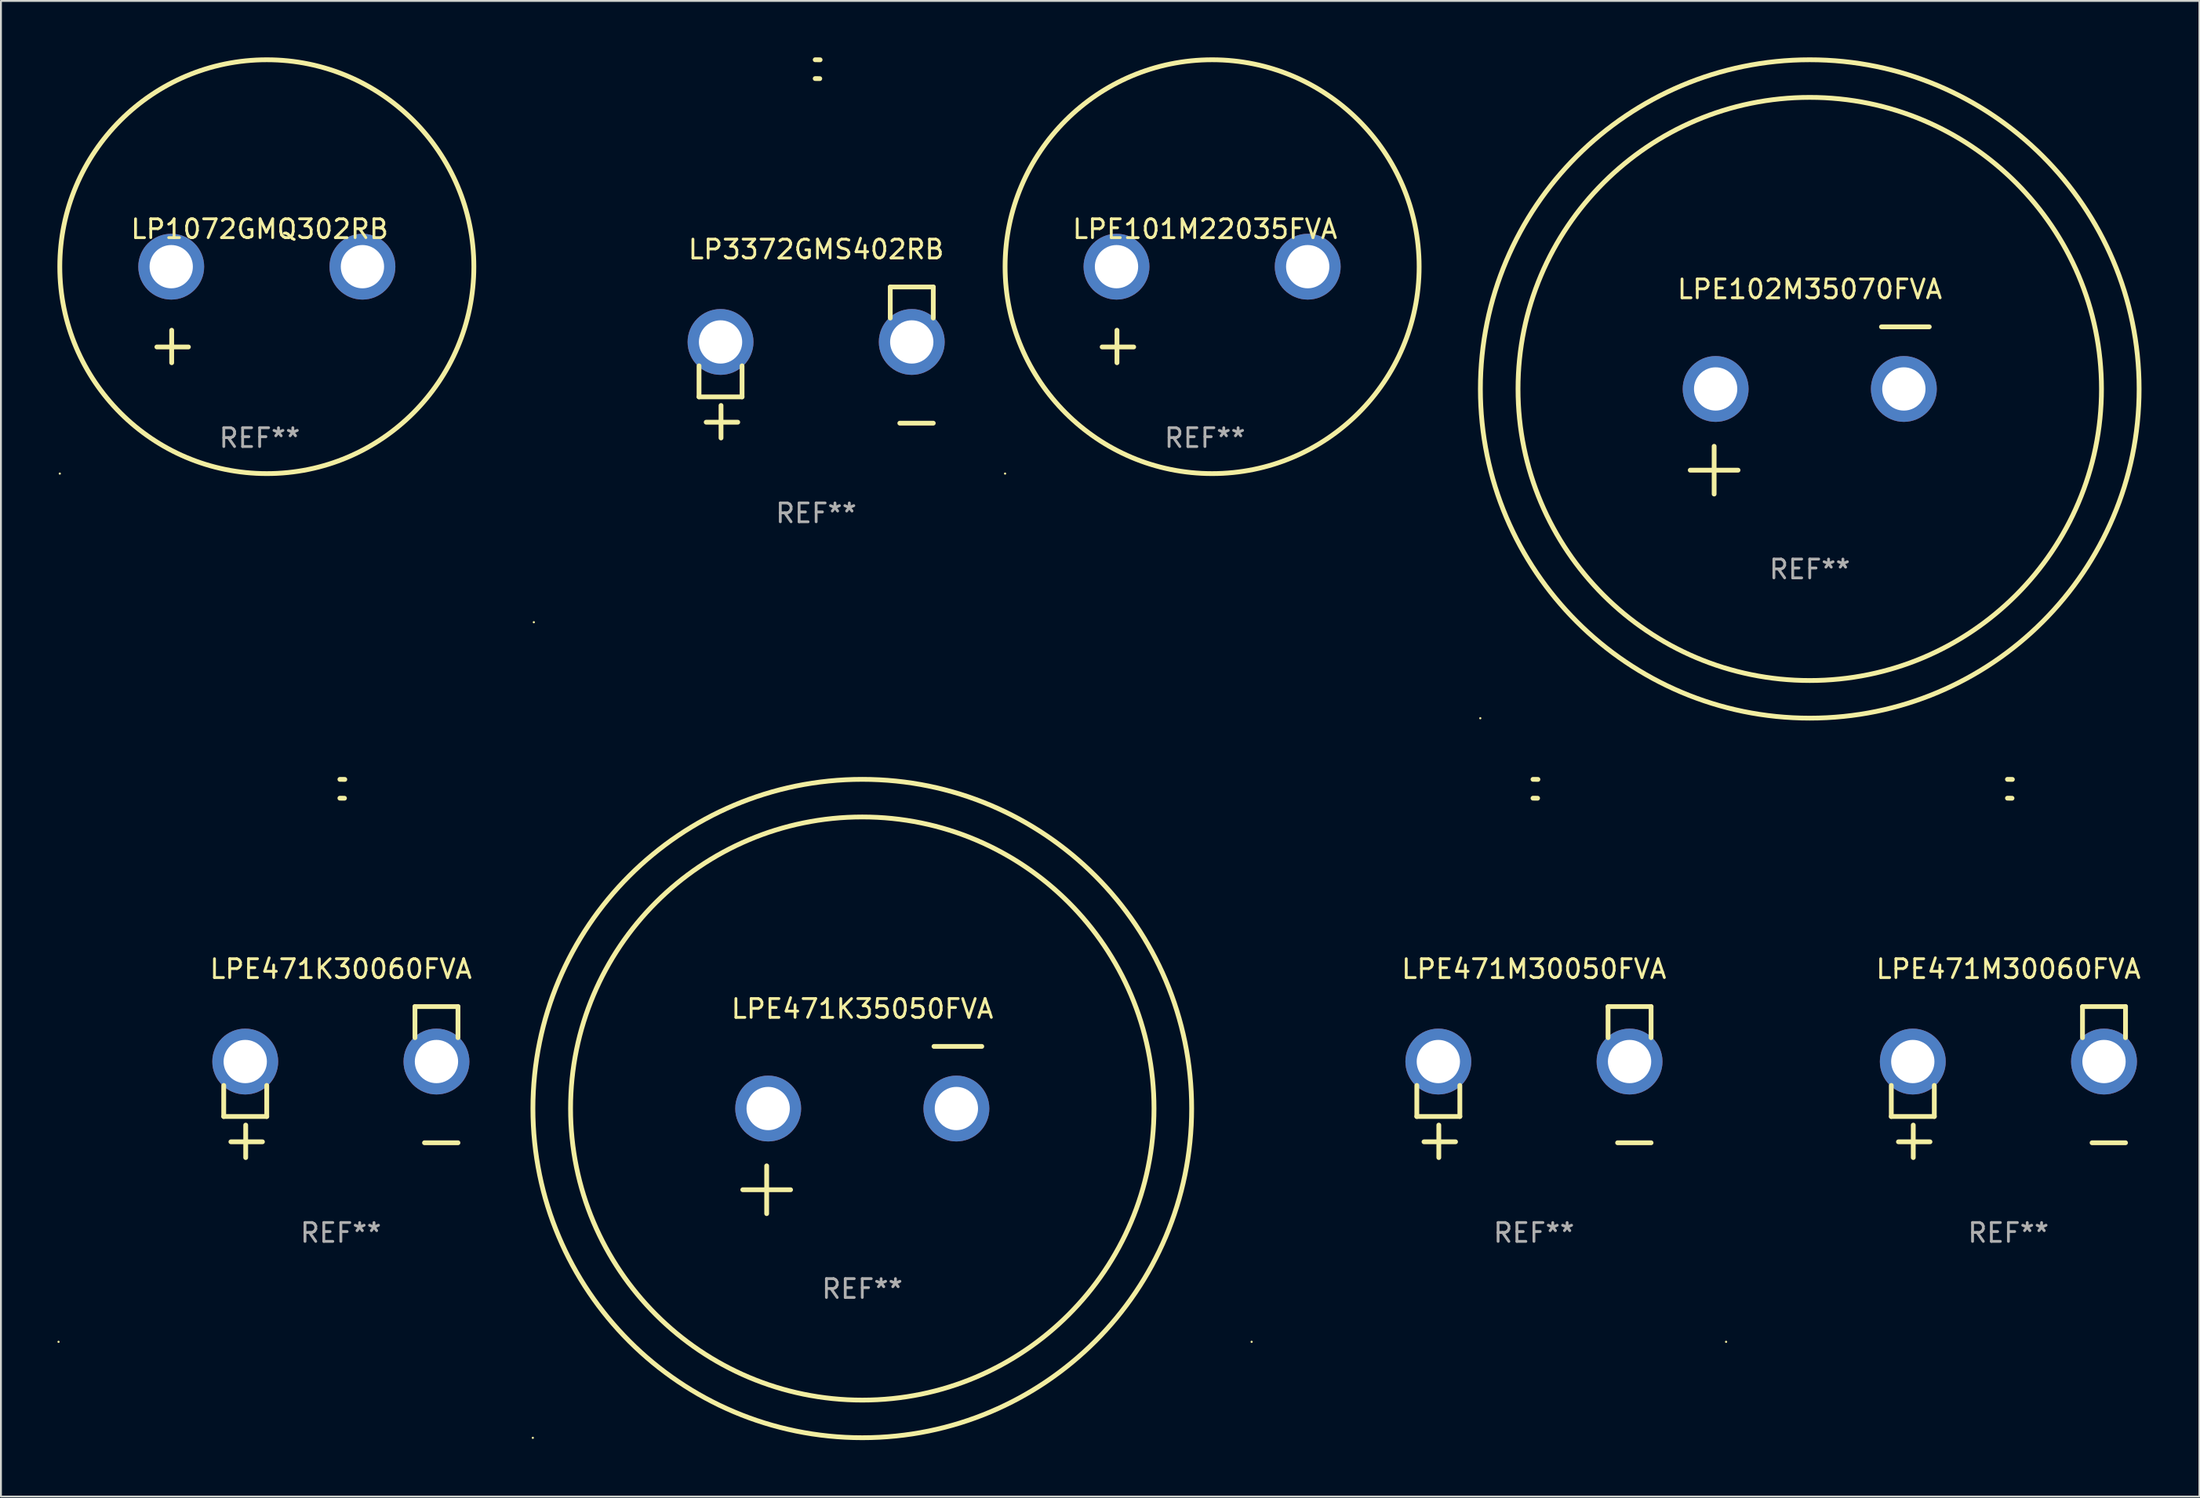
<source format=kicad_pcb>
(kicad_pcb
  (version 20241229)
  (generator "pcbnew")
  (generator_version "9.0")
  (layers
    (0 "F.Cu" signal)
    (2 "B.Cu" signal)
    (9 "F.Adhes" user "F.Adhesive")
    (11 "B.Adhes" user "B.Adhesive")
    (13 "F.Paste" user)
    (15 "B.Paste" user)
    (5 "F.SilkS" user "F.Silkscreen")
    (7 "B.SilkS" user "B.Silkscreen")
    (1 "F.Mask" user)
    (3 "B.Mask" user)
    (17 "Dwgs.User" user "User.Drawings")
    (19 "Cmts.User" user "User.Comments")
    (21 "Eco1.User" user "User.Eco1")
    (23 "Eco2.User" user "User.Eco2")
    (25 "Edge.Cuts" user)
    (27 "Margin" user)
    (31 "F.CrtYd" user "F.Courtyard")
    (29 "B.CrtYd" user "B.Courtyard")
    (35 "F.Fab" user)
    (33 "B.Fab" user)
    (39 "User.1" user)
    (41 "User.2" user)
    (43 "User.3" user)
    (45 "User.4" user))
  (footprint "LPE102M35070FVA"
    (layer "F.Cu")
    (at 93.106 18.77)
    (property "Reference" "LPE102M35070FVA" (at 0 -6.445 0) (layer "F.SilkS") (effects (font (size 1 1) (thickness 0.15))))
    (attr through_hole)
    (fp_line (start -6.35 3.175) (end -3.81 3.175) (stroke (width 0.254) (type solid)) (layer "F.SilkS"))
    (fp_line (start -5.08 1.905) (end -5.08 4.445) (stroke (width 0.254) (type solid)) (layer "F.SilkS"))
    (fp_line (start 3.81 -4.445) (end 6.35 -4.445) (stroke (width 0.254) (type solid)) (layer "F.SilkS"))
    (fp_circle (center -17.505 16.362) (end -17.475 16.362) (stroke (width 0.06) (type solid)) (fill no) (layer "F.SilkS"))
    (fp_circle (center 0 -1.143) (end 15.5 -1.143) (stroke (width 0.254) (type solid)) (fill no) (layer "F.SilkS"))
    (fp_circle (center 0 -1.143) (end 17.5 -1.143) (stroke (width 0.254) (type solid)) (fill no) (layer "F.SilkS"))
    (fp_text user "REF**" (at 0 8.445 0) (layer "F.Fab") (effects (font (size 1 1) (thickness 0.15))))
    (pad "1" thru_hole circle (at -5 -1.143) (size 3.5 3.5) (drill 2.3) (layers "*.Cu" "*.Mask"))
    (pad "2" thru_hole circle (at 5 -1.143) (size 3.5 3.5) (drill 2.3) (layers "*.Cu" "*.Mask")))
  (footprint "LPE101M22035FVA"
    (layer "F.Cu")
    (at 60.971 13.68)
    (property "Reference" "LPE101M22035FVA" (at 0 -4.553 0) (layer "F.SilkS") (effects (font (size 1 1) (thickness 0.15))))
    (attr through_hole)
    (fp_line (start -4.674 2.553) (end -4.674 0.826) (stroke (width 0.254) (type solid)) (layer "F.SilkS"))
    (fp_line (start -3.785 1.715) (end -5.461 1.715) (stroke (width 0.254) (type solid)) (layer "F.SilkS"))
    (fp_circle (center -10.619 8.447) (end -10.589 8.447) (stroke (width 0.06) (type solid)) (fill no) (layer "F.SilkS"))
    (fp_circle (center 0.381 -2.553) (end 11.381 -2.553) (stroke (width 0.254) (type solid)) (fill no) (layer "F.SilkS"))
    (fp_text user "REF**" (at 0 6.553 0) (layer "F.Fab") (effects (font (size 1 1) (thickness 0.15))))
    (pad "1" thru_hole circle (at -4.699 -2.553) (size 3.5 3.5) (drill 2.3) (layers "*.Cu" "*.Mask"))
    (pad "2" thru_hole circle (at 5.461 -2.553) (size 3.5 3.5) (drill 2.3) (layers "*.Cu" "*.Mask")))
  (footprint "LPE471M30060FVA"
    (layer "F.Cu")
    (at 103.661 54.475)
    (property "Reference" "LPE471M30060FVA" (at 0 -6.013 0) (layer "F.SilkS") (effects (font (size 1 1) (thickness 0.15))))
    (attr through_hole)
    (fp_line (start -6.223 0.178) (end -6.223 1.829) (stroke (width 0.254) (type solid)) (layer "F.SilkS"))
    (fp_line (start -6.223 1.829) (end -3.937 1.829) (stroke (width 0.254) (type solid)) (layer "F.SilkS"))
    (fp_line (start -5.055 4.013) (end -5.055 2.286) (stroke (width 0.254) (type solid)) (layer "F.SilkS"))
    (fp_line (start -4.166 3.175) (end -5.842 3.175) (stroke (width 0.254) (type solid)) (layer "F.SilkS"))
    (fp_line (start -3.937 1.829) (end -3.937 0.178) (stroke (width 0.254) (type solid)) (layer "F.SilkS"))
    (fp_line (start 3.937 -4.013) (end 3.937 -2.362) (stroke (width 0.254) (type solid)) (layer "F.SilkS"))
    (fp_line (start 6.223 -4.013) (end 3.937 -4.013) (stroke (width 0.254) (type solid)) (layer "F.SilkS"))
    (fp_line (start 6.223 -2.362) (end 6.223 -4.013) (stroke (width 0.254) (type solid)) (layer "F.SilkS"))
    (fp_line (start 6.223 3.226) (end 4.445 3.226) (stroke (width 0.254) (type solid)) (layer "F.SilkS"))
    (fp_arc (start -0.0508 -16.093472) (mid 0.080016 -16.092762) (end 0.210821 -16.090932) (stroke (width 0.254001) (type solid)) (layer "F.SilkS"))
    (fp_arc (start -0.0508 -15.09271) (mid 0.071125 -15.091961) (end 0.19304 -15.09017) (stroke (width 0.254001) (type solid)) (layer "F.SilkS"))
    (fp_circle (center -15 13.808) (end -14.97 13.808) (stroke (width 0.06) (type solid)) (fill no) (layer "F.SilkS"))
    (fp_text user "REF**" (at 0 8.013 0) (layer "F.Fab") (effects (font (size 1 1) (thickness 0.15))))
    (pad "1" thru_hole circle (at -5.08 -1.092) (size 3.5 3.5) (drill 2.3) (layers "*.Cu" "*.Mask"))
    (pad "2" thru_hole circle (at 5.08 -1.092) (size 3.5 3.5) (drill 2.3) (layers "*.Cu" "*.Mask")))
  (footprint "LPE471K30060FVA"
    (layer "F.Cu")
    (at 15.06 54.475)
    (property "Reference" "LPE471K30060FVA" (at 0 -6.013 0) (layer "F.SilkS") (effects (font (size 1 1) (thickness 0.15))))
    (attr through_hole)
    (fp_line (start -6.223 0.178) (end -6.223 1.829) (stroke (width 0.254) (type solid)) (layer "F.SilkS"))
    (fp_line (start -6.223 1.829) (end -3.937 1.829) (stroke (width 0.254) (type solid)) (layer "F.SilkS"))
    (fp_line (start -5.055 4.013) (end -5.055 2.286) (stroke (width 0.254) (type solid)) (layer "F.SilkS"))
    (fp_line (start -4.166 3.175) (end -5.842 3.175) (stroke (width 0.254) (type solid)) (layer "F.SilkS"))
    (fp_line (start -3.937 1.829) (end -3.937 0.178) (stroke (width 0.254) (type solid)) (layer "F.SilkS"))
    (fp_line (start 3.937 -4.013) (end 3.937 -2.362) (stroke (width 0.254) (type solid)) (layer "F.SilkS"))
    (fp_line (start 6.223 -4.013) (end 3.937 -4.013) (stroke (width 0.254) (type solid)) (layer "F.SilkS"))
    (fp_line (start 6.223 -2.362) (end 6.223 -4.013) (stroke (width 0.254) (type solid)) (layer "F.SilkS"))
    (fp_line (start 6.223 3.226) (end 4.445 3.226) (stroke (width 0.254) (type solid)) (layer "F.SilkS"))
    (fp_arc (start -0.0508 -16.093472) (mid 0.080016 -16.092762) (end 0.210821 -16.090932) (stroke (width 0.254001) (type solid)) (layer "F.SilkS"))
    (fp_arc (start -0.0508 -15.09271) (mid 0.071125 -15.091961) (end 0.19304 -15.09017) (stroke (width 0.254001) (type solid)) (layer "F.SilkS"))
    (fp_circle (center -15 13.808) (end -14.97 13.808) (stroke (width 0.06) (type solid)) (fill no) (layer "F.SilkS"))
    (fp_text user "REF**" (at 0 8.013 0) (layer "F.Fab") (effects (font (size 1 1) (thickness 0.15))))
    (pad "1" thru_hole circle (at -5.08 -1.092) (size 3.5 3.5) (drill 2.3) (layers "*.Cu" "*.Mask"))
    (pad "2" thru_hole circle (at 5.08 -1.092) (size 3.5 3.5) (drill 2.3) (layers "*.Cu" "*.Mask")))
  (footprint "LPE471K35050FVA"
    (layer "F.Cu")
    (at 42.765 57.024)
    (property "Reference" "LPE471K35050FVA" (at 0 -6.445 0) (layer "F.SilkS") (effects (font (size 1 1) (thickness 0.15))))
    (attr through_hole)
    (fp_line (start -6.35 3.175) (end -3.81 3.175) (stroke (width 0.254) (type solid)) (layer "F.SilkS"))
    (fp_line (start -5.08 1.905) (end -5.08 4.445) (stroke (width 0.254) (type solid)) (layer "F.SilkS"))
    (fp_line (start 3.81 -4.445) (end 6.35 -4.445) (stroke (width 0.254) (type solid)) (layer "F.SilkS"))
    (fp_circle (center -17.505 16.362) (end -17.475 16.362) (stroke (width 0.06) (type solid)) (fill no) (layer "F.SilkS"))
    (fp_circle (center 0 -1.143) (end 15.5 -1.143) (stroke (width 0.254) (type solid)) (fill no) (layer "F.SilkS"))
    (fp_circle (center 0 -1.143) (end 17.5 -1.143) (stroke (width 0.254) (type solid)) (fill no) (layer "F.SilkS"))
    (fp_text user "REF**" (at 0 8.445 0) (layer "F.Fab") (effects (font (size 1 1) (thickness 0.15))))
    (pad "1" thru_hole circle (at -5 -1.143) (size 3.5 3.5) (drill 2.3) (layers "*.Cu" "*.Mask"))
    (pad "2" thru_hole circle (at 5 -1.143) (size 3.5 3.5) (drill 2.3) (layers "*.Cu" "*.Mask")))
  (footprint "LPE471M30050FVA"
    (layer "F.Cu")
    (at 78.452 54.475)
    (property "Reference" "LPE471M30050FVA" (at 0 -6.013 0) (layer "F.SilkS") (effects (font (size 1 1) (thickness 0.15))))
    (attr through_hole)
    (fp_line (start -6.223 0.178) (end -6.223 1.829) (stroke (width 0.254) (type solid)) (layer "F.SilkS"))
    (fp_line (start -6.223 1.829) (end -3.937 1.829) (stroke (width 0.254) (type solid)) (layer "F.SilkS"))
    (fp_line (start -5.055 4.013) (end -5.055 2.286) (stroke (width 0.254) (type solid)) (layer "F.SilkS"))
    (fp_line (start -4.166 3.175) (end -5.842 3.175) (stroke (width 0.254) (type solid)) (layer "F.SilkS"))
    (fp_line (start -3.937 1.829) (end -3.937 0.178) (stroke (width 0.254) (type solid)) (layer "F.SilkS"))
    (fp_line (start 3.937 -4.013) (end 3.937 -2.362) (stroke (width 0.254) (type solid)) (layer "F.SilkS"))
    (fp_line (start 6.223 -4.013) (end 3.937 -4.013) (stroke (width 0.254) (type solid)) (layer "F.SilkS"))
    (fp_line (start 6.223 -2.362) (end 6.223 -4.013) (stroke (width 0.254) (type solid)) (layer "F.SilkS"))
    (fp_line (start 6.223 3.226) (end 4.445 3.226) (stroke (width 0.254) (type solid)) (layer "F.SilkS"))
    (fp_arc (start -0.0508 -16.093472) (mid 0.080016 -16.092762) (end 0.210821 -16.090932) (stroke (width 0.254001) (type solid)) (layer "F.SilkS"))
    (fp_arc (start -0.0508 -15.09271) (mid 0.071125 -15.091961) (end 0.19304 -15.09017) (stroke (width 0.254001) (type solid)) (layer "F.SilkS"))
    (fp_circle (center -15 13.808) (end -14.97 13.808) (stroke (width 0.06) (type solid)) (fill no) (layer "F.SilkS"))
    (fp_text user "REF**" (at 0 8.013 0) (layer "F.Fab") (effects (font (size 1 1) (thickness 0.15))))
    (pad "1" thru_hole circle (at -5.08 -1.092) (size 3.5 3.5) (drill 2.3) (layers "*.Cu" "*.Mask"))
    (pad "2" thru_hole circle (at 5.08 -1.092) (size 3.5 3.5) (drill 2.3) (layers "*.Cu" "*.Mask")))
  (footprint "LP3372GMS402RB"
    (layer "F.Cu")
    (at 40.314 16.22)
    (property "Reference" "LP3372GMS402RB" (at 0 -6.013 0) (layer "F.SilkS") (effects (font (size 1 1) (thickness 0.15))))
    (attr through_hole)
    (fp_line (start -6.223 0.178) (end -6.223 1.829) (stroke (width 0.254) (type solid)) (layer "F.SilkS"))
    (fp_line (start -6.223 1.829) (end -3.937 1.829) (stroke (width 0.254) (type solid)) (layer "F.SilkS"))
    (fp_line (start -5.055 4.013) (end -5.055 2.286) (stroke (width 0.254) (type solid)) (layer "F.SilkS"))
    (fp_line (start -4.166 3.175) (end -5.842 3.175) (stroke (width 0.254) (type solid)) (layer "F.SilkS"))
    (fp_line (start -3.937 1.829) (end -3.937 0.178) (stroke (width 0.254) (type solid)) (layer "F.SilkS"))
    (fp_line (start 3.937 -4.013) (end 3.937 -2.362) (stroke (width 0.254) (type solid)) (layer "F.SilkS"))
    (fp_line (start 6.223 -4.013) (end 3.937 -4.013) (stroke (width 0.254) (type solid)) (layer "F.SilkS"))
    (fp_line (start 6.223 -2.362) (end 6.223 -4.013) (stroke (width 0.254) (type solid)) (layer "F.SilkS"))
    (fp_line (start 6.223 3.226) (end 4.445 3.226) (stroke (width 0.254) (type solid)) (layer "F.SilkS"))
    (fp_arc (start -0.0508 -16.093472) (mid 0.080016 -16.092762) (end 0.210821 -16.090932) (stroke (width 0.254001) (type solid)) (layer "F.SilkS"))
    (fp_arc (start -0.0508 -15.09271) (mid 0.071125 -15.091961) (end 0.19304 -15.09017) (stroke (width 0.254001) (type solid)) (layer "F.SilkS"))
    (fp_circle (center -15 13.808) (end -14.97 13.808) (stroke (width 0.06) (type solid)) (fill no) (layer "F.SilkS"))
    (fp_text user "REF**" (at 0 8.013 0) (layer "F.Fab") (effects (font (size 1 1) (thickness 0.15))))
    (pad "1" thru_hole circle (at -5.08 -1.092) (size 3.5 3.5) (drill 2.3) (layers "*.Cu" "*.Mask"))
    (pad "2" thru_hole circle (at 5.08 -1.092) (size 3.5 3.5) (drill 2.3) (layers "*.Cu" "*.Mask")))
  (footprint "LP1072GMQ302RB"
    (layer "F.Cu")
    (at 10.746 13.68)
    (property "Reference" "LP1072GMQ302RB" (at 0 -4.553 0) (layer "F.SilkS") (effects (font (size 1 1) (thickness 0.15))))
    (attr through_hole)
    (fp_line (start -4.674 2.553) (end -4.674 0.826) (stroke (width 0.254) (type solid)) (layer "F.SilkS"))
    (fp_line (start -3.785 1.715) (end -5.461 1.715) (stroke (width 0.254) (type solid)) (layer "F.SilkS"))
    (fp_circle (center -10.619 8.447) (end -10.589 8.447) (stroke (width 0.06) (type solid)) (fill no) (layer "F.SilkS"))
    (fp_circle (center 0.381 -2.553) (end 11.381 -2.553) (stroke (width 0.254) (type solid)) (fill no) (layer "F.SilkS"))
    (fp_text user "REF**" (at 0 6.553 0) (layer "F.Fab") (effects (font (size 1 1) (thickness 0.15))))
    (pad "1" thru_hole circle (at -4.699 -2.553) (size 3.5 3.5) (drill 2.3) (layers "*.Cu" "*.Mask"))
    (pad "2" thru_hole circle (at 5.461 -2.553) (size 3.5 3.5) (drill 2.3) (layers "*.Cu" "*.Mask")))
  (gr_rect
    (start -3 -3)
    (end 113.809 76.509)
    (stroke (width 0.1) (type default))
    (fill no)
    (layer "Edge.Cuts")))
</source>
